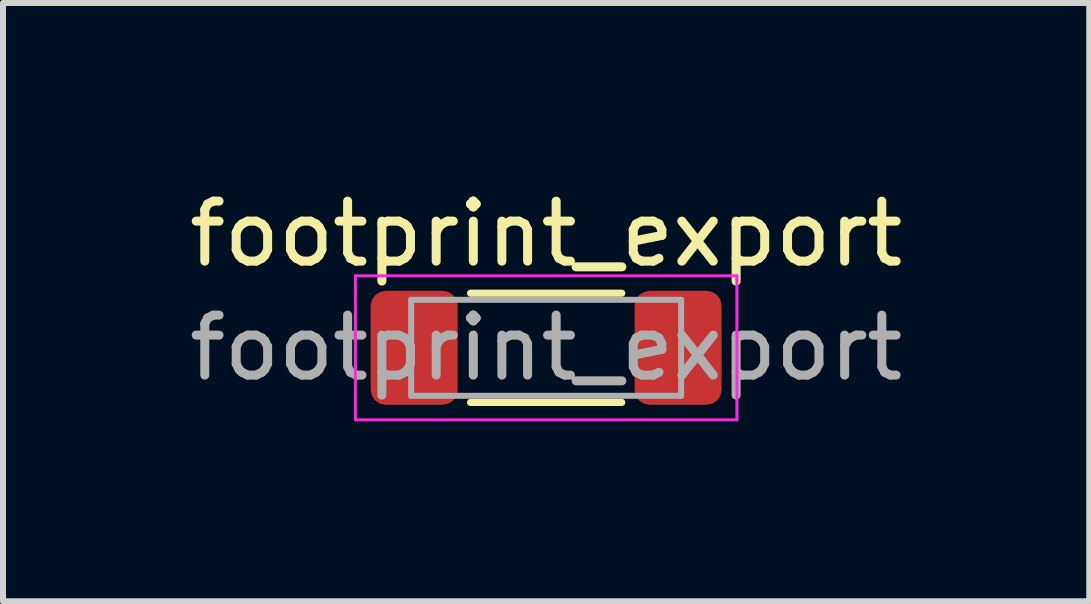
<source format=kicad_pcb>
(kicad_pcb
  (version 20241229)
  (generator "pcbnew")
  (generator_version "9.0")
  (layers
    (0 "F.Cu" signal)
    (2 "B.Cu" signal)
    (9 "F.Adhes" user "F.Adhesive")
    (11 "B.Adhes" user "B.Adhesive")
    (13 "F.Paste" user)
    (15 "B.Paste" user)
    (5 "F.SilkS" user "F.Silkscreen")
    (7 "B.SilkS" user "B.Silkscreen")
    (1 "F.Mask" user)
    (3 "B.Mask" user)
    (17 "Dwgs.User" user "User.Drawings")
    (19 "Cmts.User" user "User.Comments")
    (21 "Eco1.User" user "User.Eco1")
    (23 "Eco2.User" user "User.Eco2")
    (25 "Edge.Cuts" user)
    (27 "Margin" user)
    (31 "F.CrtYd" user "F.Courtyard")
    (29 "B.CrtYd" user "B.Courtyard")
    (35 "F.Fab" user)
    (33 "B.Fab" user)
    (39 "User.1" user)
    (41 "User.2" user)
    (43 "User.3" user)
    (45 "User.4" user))
  (footprint "footprint_export"
    (layer "F.Cu")
    (at 6.054 2.748)
    (property "Reference" "footprint_export" (at 0 -1.9 0) (layer "F.SilkS") (effects (font (size 1 1) (thickness 0.15))))
    (attr smd)
    (fp_line (start -1.26 -0.91) (end 1.26 -0.91) (stroke (width 0.12) (type solid)) (layer "F.SilkS"))
    (fp_line (start -1.26 0.91) (end 1.26 0.91) (stroke (width 0.12) (type solid)) (layer "F.SilkS"))
    (fp_line (start -3.18 -1.2) (end 3.18 -1.2) (stroke (width 0.05) (type solid)) (layer "F.CrtYd"))
    (fp_line (start -3.18 1.2) (end -3.18 -1.2) (stroke (width 0.05) (type solid)) (layer "F.CrtYd"))
    (fp_line (start 3.18 -1.2) (end 3.18 1.2) (stroke (width 0.05) (type solid)) (layer "F.CrtYd"))
    (fp_line (start 3.18 1.2) (end -3.18 1.2) (stroke (width 0.05) (type solid)) (layer "F.CrtYd"))
    (fp_line (start -2.25 -0.8) (end 2.25 -0.8) (stroke (width 0.1) (type solid)) (layer "F.Fab"))
    (fp_line (start -2.25 0.8) (end -2.25 -0.8) (stroke (width 0.1) (type solid)) (layer "F.Fab"))
    (fp_line (start 2.25 -0.8) (end 2.25 0.8) (stroke (width 0.1) (type solid)) (layer "F.Fab"))
    (fp_line (start 2.25 0.8) (end -2.25 0.8) (stroke (width 0.1) (type solid)) (layer "F.Fab"))
    (fp_text user "${REFERENCE}" (at 0 0 0) (layer "F.Fab") (effects (font (size 1 1) (thickness 0.15))))
    (pad "1" smd roundrect (at -2.2 0) (size 1.45 1.9) (layers "F.Cu" "F.Mask" "F.Paste") (roundrect_rratio 0.172))
    (pad "2" smd roundrect (at 2.2 0) (size 1.45 1.9) (layers "F.Cu" "F.Mask" "F.Paste") (roundrect_rratio 0.172)))
  (gr_rect
    (start -3 -3)
    (end 15.107 6.973)
    (stroke (width 0.1) (type default))
    (fill no)
    (layer "Edge.Cuts")))
</source>
